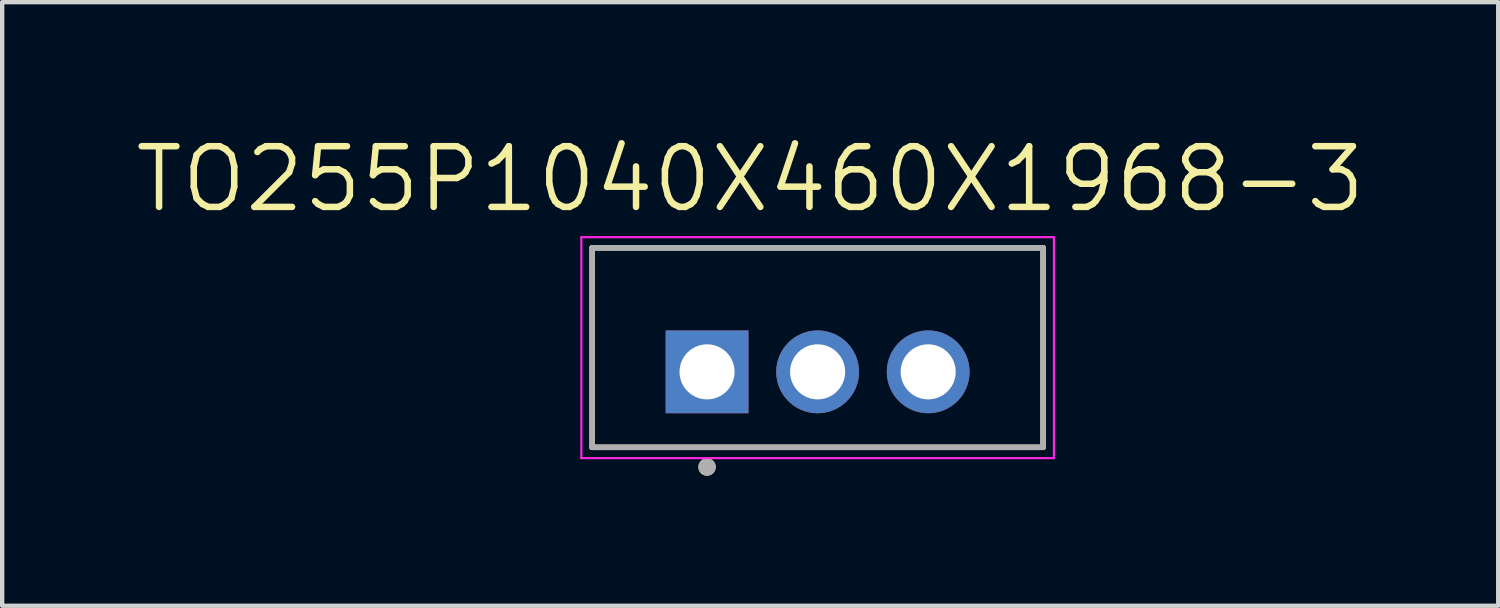
<source format=kicad_pcb>
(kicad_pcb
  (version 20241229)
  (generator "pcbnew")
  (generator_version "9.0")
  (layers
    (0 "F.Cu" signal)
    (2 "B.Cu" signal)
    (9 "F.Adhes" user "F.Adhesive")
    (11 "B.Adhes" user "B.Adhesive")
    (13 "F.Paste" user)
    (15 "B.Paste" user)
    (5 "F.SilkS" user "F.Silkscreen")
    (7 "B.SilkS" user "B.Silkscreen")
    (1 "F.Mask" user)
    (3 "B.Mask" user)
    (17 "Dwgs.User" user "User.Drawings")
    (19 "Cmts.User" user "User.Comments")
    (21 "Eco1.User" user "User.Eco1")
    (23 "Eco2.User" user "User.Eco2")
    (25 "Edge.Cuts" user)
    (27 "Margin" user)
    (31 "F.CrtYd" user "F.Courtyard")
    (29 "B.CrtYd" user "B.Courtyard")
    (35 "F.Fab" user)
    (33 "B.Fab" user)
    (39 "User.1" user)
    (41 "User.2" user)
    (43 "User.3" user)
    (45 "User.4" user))
  (footprint "TO255P1040X460X1968-3"
    (layer "F.Cu")
    (at 13.257 5.526)
    (property "Reference" "TO255P1040X460X1968-3" (at 0.995 -4.444 0) (layer "F.SilkS") (effects (font (size 1.4 1.4) (thickness 0.15))))
    (attr through_hole)
    (fp_line (start -2.65 -2.86) (end 7.75 -2.86) (stroke (width 0.127) (type solid)) (layer "F.SilkS"))
    (fp_line (start -2.65 1.74) (end -2.65 -2.86) (stroke (width 0.127) (type solid)) (layer "F.SilkS"))
    (fp_line (start 7.75 -2.86) (end 7.75 1.74) (stroke (width 0.127) (type solid)) (layer "F.SilkS"))
    (fp_line (start 7.75 1.74) (end -2.65 1.74) (stroke (width 0.127) (type solid)) (layer "F.SilkS"))
    (fp_circle (center 0 2.195) (end 0.1 2.195) (stroke (width 0.2) (type solid)) (fill no) (layer "F.SilkS"))
    (fp_line (start -2.9 -3.106) (end 8 -3.106) (stroke (width 0.05) (type solid)) (layer "F.CrtYd"))
    (fp_line (start -2.9 1.99) (end -2.9 -3.106) (stroke (width 0.05) (type solid)) (layer "F.CrtYd"))
    (fp_line (start 8 -3.106) (end 8 1.99) (stroke (width 0.05) (type solid)) (layer "F.CrtYd"))
    (fp_line (start 8 1.99) (end -2.9 1.99) (stroke (width 0.05) (type solid)) (layer "F.CrtYd"))
    (fp_line (start -2.65 -2.86) (end 7.75 -2.86) (stroke (width 0.127) (type solid)) (layer "F.Fab"))
    (fp_line (start -2.65 1.74) (end -2.65 -2.86) (stroke (width 0.127) (type solid)) (layer "F.Fab"))
    (fp_line (start 7.75 -2.86) (end 7.75 1.74) (stroke (width 0.127) (type solid)) (layer "F.Fab"))
    (fp_line (start 7.75 1.74) (end -2.65 1.74) (stroke (width 0.127) (type solid)) (layer "F.Fab"))
    (fp_circle (center 0 2.195) (end 0.1 2.195) (stroke (width 0.2) (type solid)) (fill no) (layer "F.Fab"))
    (pad "1" thru_hole rect (at 0 0) (size 1.91 1.91) (drill 1.27) (layers "*.Cu" "*.Mask"))
    (pad "2" thru_hole circle (at 2.55 0) (size 1.91 1.91) (drill 1.27) (layers "*.Cu" "*.Mask"))
    (pad "3" thru_hole circle (at 5.1 0) (size 1.91 1.91) (drill 1.27) (layers "*.Cu" "*.Mask")))
  (gr_rect
    (start -3 -3)
    (end 31.503 10.921)
    (stroke (width 0.1) (type default))
    (fill no)
    (layer "Edge.Cuts")))
</source>
